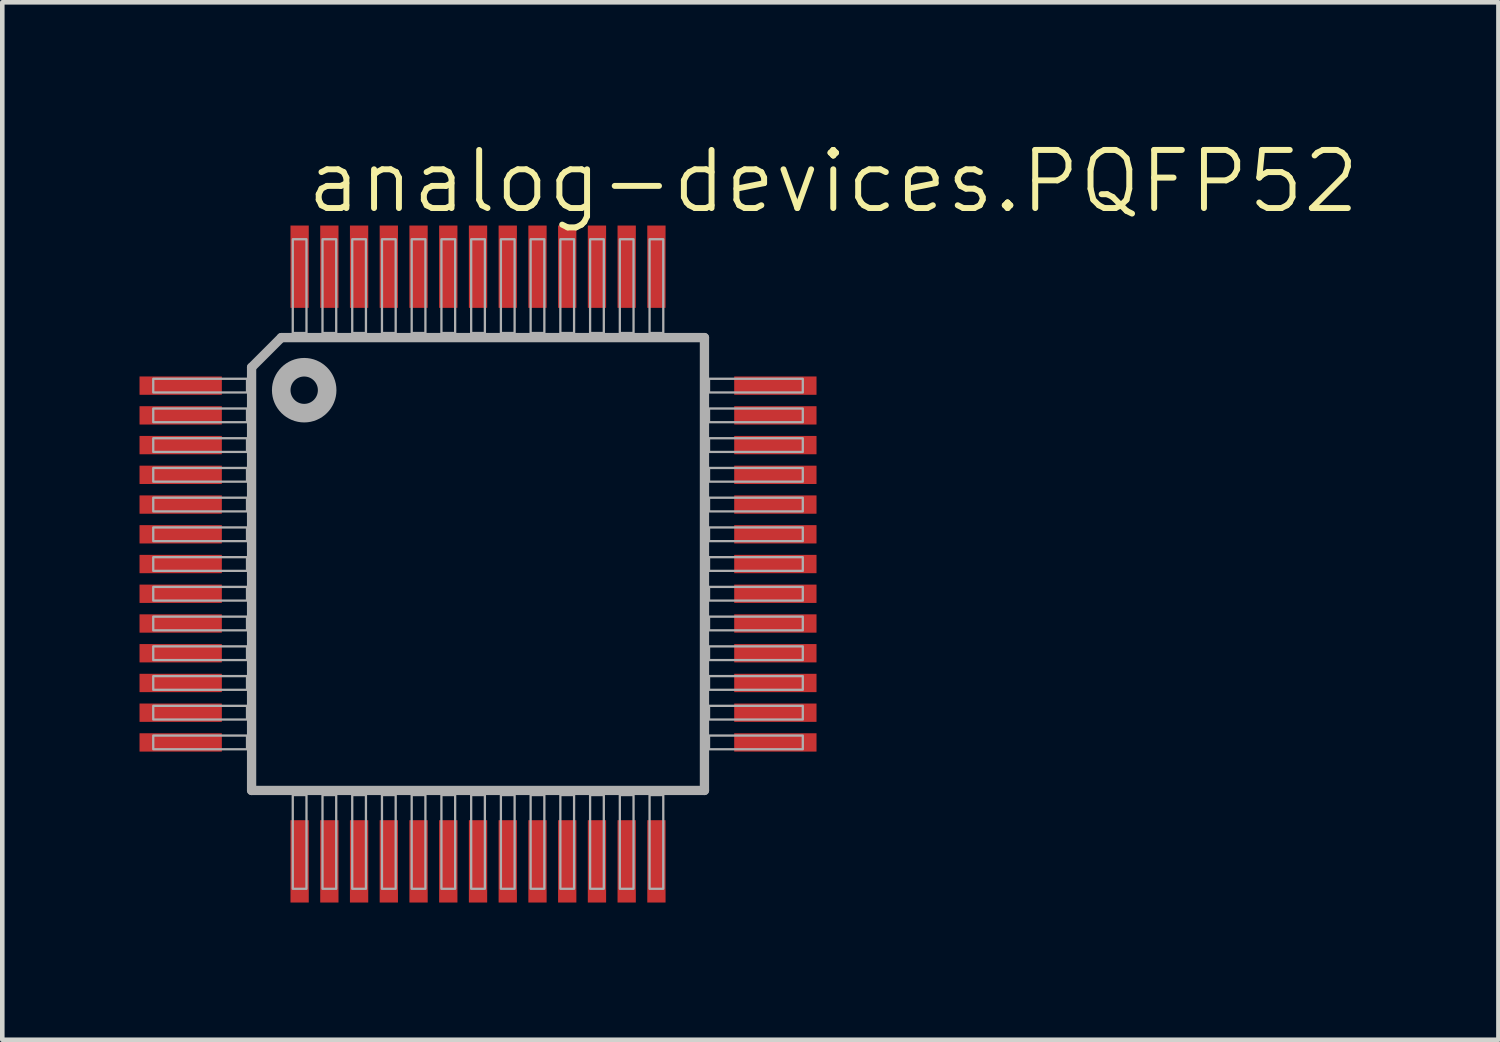
<source format=kicad_pcb>
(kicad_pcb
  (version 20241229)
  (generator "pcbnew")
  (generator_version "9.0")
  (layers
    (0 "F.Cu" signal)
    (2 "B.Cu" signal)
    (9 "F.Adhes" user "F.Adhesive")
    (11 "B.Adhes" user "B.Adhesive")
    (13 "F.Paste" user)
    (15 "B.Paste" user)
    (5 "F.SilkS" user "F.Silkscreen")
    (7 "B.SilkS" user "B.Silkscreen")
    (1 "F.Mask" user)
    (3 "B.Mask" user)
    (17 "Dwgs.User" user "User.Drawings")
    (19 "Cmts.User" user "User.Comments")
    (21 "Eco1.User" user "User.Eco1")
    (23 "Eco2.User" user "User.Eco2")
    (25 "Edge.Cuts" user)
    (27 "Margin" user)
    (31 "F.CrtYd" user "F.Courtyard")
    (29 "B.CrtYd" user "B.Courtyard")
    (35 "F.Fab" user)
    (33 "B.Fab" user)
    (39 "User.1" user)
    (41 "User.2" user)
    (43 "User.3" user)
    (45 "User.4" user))
  (footprint "analog-devices.PQFP52"
    (layer "F.Cu")
    (at 7.4 9.28)
    (property "Reference" "analog-devices.PQFP52" (at -3.81 -7.62 0) (layer "F.SilkS") (effects (font (size 1.27 1.27) (thickness 0.13)) (justify left bottom)))
    (attr smd)
    (fp_line (start -4.95 -4.3) (end -4.3 -4.95) (stroke (width 0.203) (type default)) (layer "F.Fab"))
    (fp_line (start -4.95 4.95) (end -4.95 -4.3) (stroke (width 0.203) (type default)) (layer "F.Fab"))
    (fp_line (start -4.3 -4.95) (end 4.95 -4.95) (stroke (width 0.203) (type default)) (layer "F.Fab"))
    (fp_line (start 4.95 -4.95) (end 4.95 4.95) (stroke (width 0.203) (type default)) (layer "F.Fab"))
    (fp_line (start 4.95 4.95) (end -4.95 4.95) (stroke (width 0.203) (type default)) (layer "F.Fab"))
    (fp_rect (start -7.1 -3.75) (end -5.05 -4.05) (stroke (width 0.05) (type default)) (fill no) (layer "F.Fab"))
    (fp_rect (start -7.1 -3.1) (end -5.05 -3.4) (stroke (width 0.05) (type default)) (fill no) (layer "F.Fab"))
    (fp_rect (start -7.1 -2.45) (end -5.05 -2.75) (stroke (width 0.05) (type default)) (fill no) (layer "F.Fab"))
    (fp_rect (start -7.1 -1.8) (end -5.05 -2.1) (stroke (width 0.05) (type default)) (fill no) (layer "F.Fab"))
    (fp_rect (start -7.1 -1.15) (end -5.05 -1.45) (stroke (width 0.05) (type default)) (fill no) (layer "F.Fab"))
    (fp_rect (start -7.1 -0.5) (end -5.05 -0.8) (stroke (width 0.05) (type default)) (fill no) (layer "F.Fab"))
    (fp_rect (start -7.1 0.15) (end -5.05 -0.15) (stroke (width 0.05) (type default)) (fill no) (layer "F.Fab"))
    (fp_rect (start -7.1 0.8) (end -5.05 0.5) (stroke (width 0.05) (type default)) (fill no) (layer "F.Fab"))
    (fp_rect (start -7.1 1.45) (end -5.05 1.15) (stroke (width 0.05) (type default)) (fill no) (layer "F.Fab"))
    (fp_rect (start -7.1 2.1) (end -5.05 1.8) (stroke (width 0.05) (type default)) (fill no) (layer "F.Fab"))
    (fp_rect (start -7.1 2.75) (end -5.05 2.45) (stroke (width 0.05) (type default)) (fill no) (layer "F.Fab"))
    (fp_rect (start -7.1 3.4) (end -5.05 3.1) (stroke (width 0.05) (type default)) (fill no) (layer "F.Fab"))
    (fp_rect (start -7.1 4.05) (end -5.05 3.75) (stroke (width 0.05) (type default)) (fill no) (layer "F.Fab"))
    (fp_rect (start -4.05 -5.05) (end -3.75 -7.1) (stroke (width 0.05) (type default)) (fill no) (layer "F.Fab"))
    (fp_rect (start -4.05 7.1) (end -3.75 5.05) (stroke (width 0.05) (type default)) (fill no) (layer "F.Fab"))
    (fp_rect (start -3.4 -5.05) (end -3.1 -7.1) (stroke (width 0.05) (type default)) (fill no) (layer "F.Fab"))
    (fp_rect (start -3.4 7.1) (end -3.1 5.05) (stroke (width 0.05) (type default)) (fill no) (layer "F.Fab"))
    (fp_rect (start -2.75 -5.05) (end -2.45 -7.1) (stroke (width 0.05) (type default)) (fill no) (layer "F.Fab"))
    (fp_rect (start -2.75 7.1) (end -2.45 5.05) (stroke (width 0.05) (type default)) (fill no) (layer "F.Fab"))
    (fp_rect (start -2.1 -5.05) (end -1.8 -7.1) (stroke (width 0.05) (type default)) (fill no) (layer "F.Fab"))
    (fp_rect (start -2.1 7.1) (end -1.8 5.05) (stroke (width 0.05) (type default)) (fill no) (layer "F.Fab"))
    (fp_rect (start -1.45 -5.05) (end -1.15 -7.1) (stroke (width 0.05) (type default)) (fill no) (layer "F.Fab"))
    (fp_rect (start -1.45 7.1) (end -1.15 5.05) (stroke (width 0.05) (type default)) (fill no) (layer "F.Fab"))
    (fp_rect (start -0.8 -5.05) (end -0.5 -7.1) (stroke (width 0.05) (type default)) (fill no) (layer "F.Fab"))
    (fp_rect (start -0.8 7.1) (end -0.5 5.05) (stroke (width 0.05) (type default)) (fill no) (layer "F.Fab"))
    (fp_rect (start -0.15 -5.05) (end 0.15 -7.1) (stroke (width 0.05) (type default)) (fill no) (layer "F.Fab"))
    (fp_rect (start -0.15 7.1) (end 0.15 5.05) (stroke (width 0.05) (type default)) (fill no) (layer "F.Fab"))
    (fp_rect (start 0.5 -5.05) (end 0.8 -7.1) (stroke (width 0.05) (type default)) (fill no) (layer "F.Fab"))
    (fp_rect (start 0.5 7.1) (end 0.8 5.05) (stroke (width 0.05) (type default)) (fill no) (layer "F.Fab"))
    (fp_rect (start 1.15 -5.05) (end 1.45 -7.1) (stroke (width 0.05) (type default)) (fill no) (layer "F.Fab"))
    (fp_rect (start 1.15 7.1) (end 1.45 5.05) (stroke (width 0.05) (type default)) (fill no) (layer "F.Fab"))
    (fp_rect (start 1.8 -5.05) (end 2.1 -7.1) (stroke (width 0.05) (type default)) (fill no) (layer "F.Fab"))
    (fp_rect (start 1.8 7.1) (end 2.1 5.05) (stroke (width 0.05) (type default)) (fill no) (layer "F.Fab"))
    (fp_rect (start 2.45 -5.05) (end 2.75 -7.1) (stroke (width 0.05) (type default)) (fill no) (layer "F.Fab"))
    (fp_rect (start 2.45 7.1) (end 2.75 5.05) (stroke (width 0.05) (type default)) (fill no) (layer "F.Fab"))
    (fp_rect (start 3.1 -5.05) (end 3.4 -7.1) (stroke (width 0.05) (type default)) (fill no) (layer "F.Fab"))
    (fp_rect (start 3.1 7.1) (end 3.4 5.05) (stroke (width 0.05) (type default)) (fill no) (layer "F.Fab"))
    (fp_rect (start 3.75 -5.05) (end 4.05 -7.1) (stroke (width 0.05) (type default)) (fill no) (layer "F.Fab"))
    (fp_rect (start 3.75 7.1) (end 4.05 5.05) (stroke (width 0.05) (type default)) (fill no) (layer "F.Fab"))
    (fp_rect (start 5.05 -3.75) (end 7.1 -4.05) (stroke (width 0.05) (type default)) (fill no) (layer "F.Fab"))
    (fp_rect (start 5.05 -3.1) (end 7.1 -3.4) (stroke (width 0.05) (type default)) (fill no) (layer "F.Fab"))
    (fp_rect (start 5.05 -2.45) (end 7.1 -2.75) (stroke (width 0.05) (type default)) (fill no) (layer "F.Fab"))
    (fp_rect (start 5.05 -1.8) (end 7.1 -2.1) (stroke (width 0.05) (type default)) (fill no) (layer "F.Fab"))
    (fp_rect (start 5.05 -1.15) (end 7.1 -1.45) (stroke (width 0.05) (type default)) (fill no) (layer "F.Fab"))
    (fp_rect (start 5.05 -0.5) (end 7.1 -0.8) (stroke (width 0.05) (type default)) (fill no) (layer "F.Fab"))
    (fp_rect (start 5.05 0.15) (end 7.1 -0.15) (stroke (width 0.05) (type default)) (fill no) (layer "F.Fab"))
    (fp_rect (start 5.05 0.8) (end 7.1 0.5) (stroke (width 0.05) (type default)) (fill no) (layer "F.Fab"))
    (fp_rect (start 5.05 1.45) (end 7.1 1.15) (stroke (width 0.05) (type default)) (fill no) (layer "F.Fab"))
    (fp_rect (start 5.05 2.1) (end 7.1 1.8) (stroke (width 0.05) (type default)) (fill no) (layer "F.Fab"))
    (fp_rect (start 5.05 2.75) (end 7.1 2.45) (stroke (width 0.05) (type default)) (fill no) (layer "F.Fab"))
    (fp_rect (start 5.05 3.4) (end 7.1 3.1) (stroke (width 0.05) (type default)) (fill no) (layer "F.Fab"))
    (fp_rect (start 5.05 4.05) (end 7.1 3.75) (stroke (width 0.05) (type default)) (fill no) (layer "F.Fab"))
    (fp_circle (center -3.8 -3.8) (end -3.298 -3.8) (stroke (width 0.406) (type default)) (fill no) (layer "F.Fab"))
    (pad "1" smd roundrect (at -6.5 -3.9) (size 1.8 0.4) (layers "F.Cu" "F.Mask" "F.Paste") (roundrect_rratio 0.01))
    (pad "2" smd roundrect (at -6.5 -3.25) (size 1.8 0.4) (layers "F.Cu" "F.Mask" "F.Paste") (roundrect_rratio 0.01))
    (pad "3" smd roundrect (at -6.5 -2.6) (size 1.8 0.4) (layers "F.Cu" "F.Mask" "F.Paste") (roundrect_rratio 0.01))
    (pad "4" smd roundrect (at -6.5 -1.95) (size 1.8 0.4) (layers "F.Cu" "F.Mask" "F.Paste") (roundrect_rratio 0.01))
    (pad "5" smd roundrect (at -6.5 -1.3) (size 1.8 0.4) (layers "F.Cu" "F.Mask" "F.Paste") (roundrect_rratio 0.01))
    (pad "6" smd roundrect (at -6.5 -0.65) (size 1.8 0.4) (layers "F.Cu" "F.Mask" "F.Paste") (roundrect_rratio 0.01))
    (pad "7" smd roundrect (at -6.5 0) (size 1.8 0.4) (layers "F.Cu" "F.Mask" "F.Paste") (roundrect_rratio 0.01))
    (pad "8" smd roundrect (at -6.5 0.65) (size 1.8 0.4) (layers "F.Cu" "F.Mask" "F.Paste") (roundrect_rratio 0.01))
    (pad "9" smd roundrect (at -6.5 1.3) (size 1.8 0.4) (layers "F.Cu" "F.Mask" "F.Paste") (roundrect_rratio 0.01))
    (pad "10" smd roundrect (at -6.5 1.95) (size 1.8 0.4) (layers "F.Cu" "F.Mask" "F.Paste") (roundrect_rratio 0.01))
    (pad "11" smd roundrect (at -6.5 2.6) (size 1.8 0.4) (layers "F.Cu" "F.Mask" "F.Paste") (roundrect_rratio 0.01))
    (pad "12" smd roundrect (at -6.5 3.25) (size 1.8 0.4) (layers "F.Cu" "F.Mask" "F.Paste") (roundrect_rratio 0.01))
    (pad "13" smd roundrect (at -6.5 3.9) (size 1.8 0.4) (layers "F.Cu" "F.Mask" "F.Paste") (roundrect_rratio 0.01))
    (pad "14" smd roundrect (at -3.9 6.5) (size 0.4 1.8) (layers "F.Cu" "F.Mask" "F.Paste") (roundrect_rratio 0.01))
    (pad "15" smd roundrect (at -3.25 6.5) (size 0.4 1.8) (layers "F.Cu" "F.Mask" "F.Paste") (roundrect_rratio 0.01))
    (pad "16" smd roundrect (at -2.6 6.5) (size 0.4 1.8) (layers "F.Cu" "F.Mask" "F.Paste") (roundrect_rratio 0.01))
    (pad "17" smd roundrect (at -1.95 6.5) (size 0.4 1.8) (layers "F.Cu" "F.Mask" "F.Paste") (roundrect_rratio 0.01))
    (pad "18" smd roundrect (at -1.3 6.5) (size 0.4 1.8) (layers "F.Cu" "F.Mask" "F.Paste") (roundrect_rratio 0.01))
    (pad "19" smd roundrect (at -0.65 6.5) (size 0.4 1.8) (layers "F.Cu" "F.Mask" "F.Paste") (roundrect_rratio 0.01))
    (pad "20" smd roundrect (at 0 6.5) (size 0.4 1.8) (layers "F.Cu" "F.Mask" "F.Paste") (roundrect_rratio 0.01))
    (pad "21" smd roundrect (at 0.65 6.5) (size 0.4 1.8) (layers "F.Cu" "F.Mask" "F.Paste") (roundrect_rratio 0.01))
    (pad "22" smd roundrect (at 1.3 6.5) (size 0.4 1.8) (layers "F.Cu" "F.Mask" "F.Paste") (roundrect_rratio 0.01))
    (pad "23" smd roundrect (at 1.95 6.5) (size 0.4 1.8) (layers "F.Cu" "F.Mask" "F.Paste") (roundrect_rratio 0.01))
    (pad "24" smd roundrect (at 2.6 6.5) (size 0.4 1.8) (layers "F.Cu" "F.Mask" "F.Paste") (roundrect_rratio 0.01))
    (pad "25" smd roundrect (at 3.25 6.5) (size 0.4 1.8) (layers "F.Cu" "F.Mask" "F.Paste") (roundrect_rratio 0.01))
    (pad "26" smd roundrect (at 3.9 6.5) (size 0.4 1.8) (layers "F.Cu" "F.Mask" "F.Paste") (roundrect_rratio 0.01))
    (pad "27" smd roundrect (at 6.5 3.9) (size 1.8 0.4) (layers "F.Cu" "F.Mask" "F.Paste") (roundrect_rratio 0.01))
    (pad "28" smd roundrect (at 6.5 3.25) (size 1.8 0.4) (layers "F.Cu" "F.Mask" "F.Paste") (roundrect_rratio 0.01))
    (pad "29" smd roundrect (at 6.5 2.6) (size 1.8 0.4) (layers "F.Cu" "F.Mask" "F.Paste") (roundrect_rratio 0.01))
    (pad "30" smd roundrect (at 6.5 1.95) (size 1.8 0.4) (layers "F.Cu" "F.Mask" "F.Paste") (roundrect_rratio 0.01))
    (pad "31" smd roundrect (at 6.5 1.3) (size 1.8 0.4) (layers "F.Cu" "F.Mask" "F.Paste") (roundrect_rratio 0.01))
    (pad "32" smd roundrect (at 6.5 0.65) (size 1.8 0.4) (layers "F.Cu" "F.Mask" "F.Paste") (roundrect_rratio 0.01))
    (pad "33" smd roundrect (at 6.5 0) (size 1.8 0.4) (layers "F.Cu" "F.Mask" "F.Paste") (roundrect_rratio 0.01))
    (pad "34" smd roundrect (at 6.5 -0.65) (size 1.8 0.4) (layers "F.Cu" "F.Mask" "F.Paste") (roundrect_rratio 0.01))
    (pad "35" smd roundrect (at 6.5 -1.3) (size 1.8 0.4) (layers "F.Cu" "F.Mask" "F.Paste") (roundrect_rratio 0.01))
    (pad "36" smd roundrect (at 6.5 -1.95) (size 1.8 0.4) (layers "F.Cu" "F.Mask" "F.Paste") (roundrect_rratio 0.01))
    (pad "37" smd roundrect (at 6.5 -2.6) (size 1.8 0.4) (layers "F.Cu" "F.Mask" "F.Paste") (roundrect_rratio 0.01))
    (pad "38" smd roundrect (at 6.5 -3.25) (size 1.8 0.4) (layers "F.Cu" "F.Mask" "F.Paste") (roundrect_rratio 0.01))
    (pad "39" smd roundrect (at 6.5 -3.9) (size 1.8 0.4) (layers "F.Cu" "F.Mask" "F.Paste") (roundrect_rratio 0.01))
    (pad "40" smd roundrect (at 3.9 -6.5) (size 0.4 1.8) (layers "F.Cu" "F.Mask" "F.Paste") (roundrect_rratio 0.01))
    (pad "41" smd roundrect (at 3.25 -6.5) (size 0.4 1.8) (layers "F.Cu" "F.Mask" "F.Paste") (roundrect_rratio 0.01))
    (pad "42" smd roundrect (at 2.6 -6.5) (size 0.4 1.8) (layers "F.Cu" "F.Mask" "F.Paste") (roundrect_rratio 0.01))
    (pad "43" smd roundrect (at 1.95 -6.5) (size 0.4 1.8) (layers "F.Cu" "F.Mask" "F.Paste") (roundrect_rratio 0.01))
    (pad "44" smd roundrect (at 1.3 -6.5) (size 0.4 1.8) (layers "F.Cu" "F.Mask" "F.Paste") (roundrect_rratio 0.01))
    (pad "45" smd roundrect (at 0.65 -6.5) (size 0.4 1.8) (layers "F.Cu" "F.Mask" "F.Paste") (roundrect_rratio 0.01))
    (pad "46" smd roundrect (at 0 -6.5) (size 0.4 1.8) (layers "F.Cu" "F.Mask" "F.Paste") (roundrect_rratio 0.01))
    (pad "47" smd roundrect (at -0.65 -6.5) (size 0.4 1.8) (layers "F.Cu" "F.Mask" "F.Paste") (roundrect_rratio 0.01))
    (pad "48" smd roundrect (at -1.3 -6.5) (size 0.4 1.8) (layers "F.Cu" "F.Mask" "F.Paste") (roundrect_rratio 0.01))
    (pad "49" smd roundrect (at -1.95 -6.5) (size 0.4 1.8) (layers "F.Cu" "F.Mask" "F.Paste") (roundrect_rratio 0.01))
    (pad "50" smd roundrect (at -2.6 -6.5) (size 0.4 1.8) (layers "F.Cu" "F.Mask" "F.Paste") (roundrect_rratio 0.01))
    (pad "51" smd roundrect (at -3.25 -6.5) (size 0.4 1.8) (layers "F.Cu" "F.Mask" "F.Paste") (roundrect_rratio 0.01))
    (pad "52" smd roundrect (at -3.9 -6.5) (size 0.4 1.8) (layers "F.Cu" "F.Mask" "F.Paste") (roundrect_rratio 0.01)))
  (gr_rect
    (start -3 -3)
    (end 29.707 19.68)
    (stroke (width 0.1) (type default))
    (fill no)
    (layer "Edge.Cuts")))
</source>
